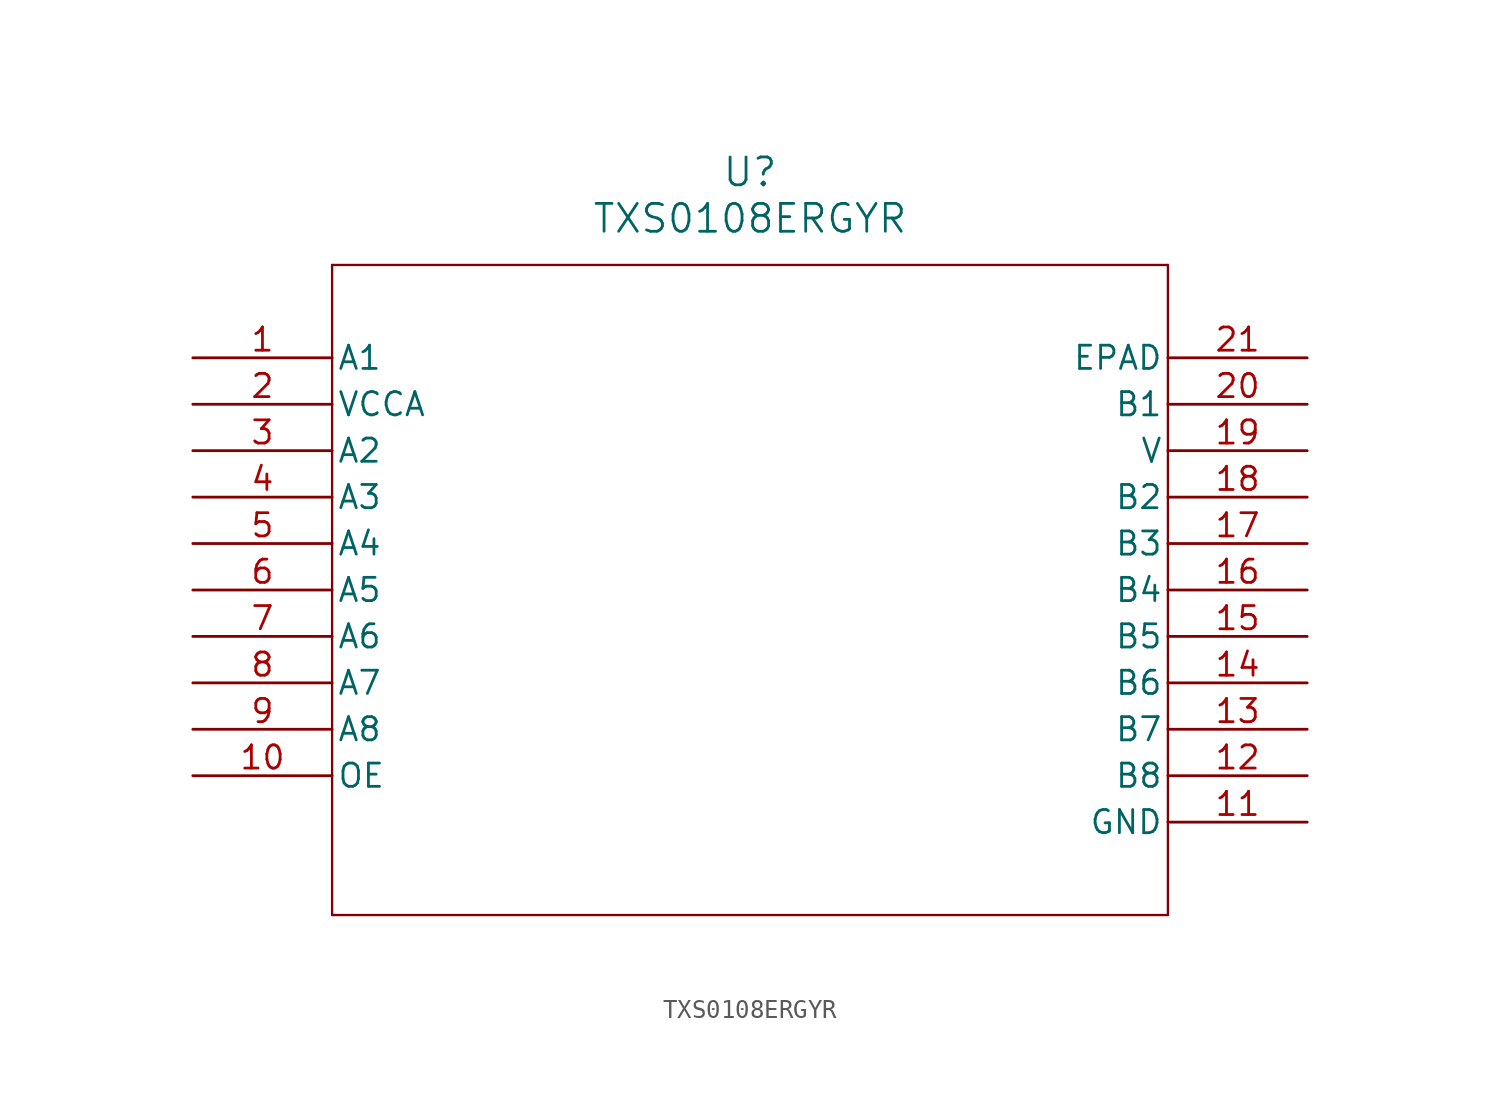
<source format=kicad_sym>
(kicad_symbol_lib
  (version 20211014)
  (generator kicad_symbol_editor)
  (symbol "TXS0108ERGYR"
    (pin_names
      (offset 0.254))
    (property "Reference" "U"
      (at 30.48 10.16 0)
      (effects (font (size 1.524 1.524))))
    (property "Value" "TXS0108ERGYR"
      (at 30.48 7.62 0)
      (effects (font (size 1.524 1.524))))
    (symbol "TXS0108ERGYR_0_1"
      (polyline (pts (xy 7.62 5.08) (xy 7.62 -30.48)) (stroke (width .127) (type default) (color 0 0 0 0)) (fill (type none)))
      (polyline (pts (xy 7.62 -30.48) (xy 53.34 -30.48)) (stroke (width .127) (type default) (color 0 0 0 0)) (fill (type none)))
      (polyline (pts (xy 53.34 -30.48) (xy 53.34 5.08)) (stroke (width .127) (type default) (color 0 0 0 0)) (fill (type none)))
      (polyline (pts (xy 53.34 5.08) (xy 7.62 5.08)) (stroke (width .127) (type default) (color 0 0 0 0)) (fill (type none)))
      (pin bidirectional line (at 0 0 0) (length 7.62) (name "A1" (effects (font (size 1.27 1.27)))) (number "1" (effects (font (size 1.27 1.27)))))
      (pin power_in line (at 0 -2.54 0) (length 7.62) (name "VCCA" (effects (font (size 1.27 1.27)))) (number "2" (effects (font (size 1.27 1.27)))))
      (pin bidirectional line (at 0 -5.08 0) (length 7.62) (name "A2" (effects (font (size 1.27 1.27)))) (number "3" (effects (font (size 1.27 1.27)))))
      (pin bidirectional line (at 0 -7.62 0) (length 7.62) (name "A3" (effects (font (size 1.27 1.27)))) (number "4" (effects (font (size 1.27 1.27)))))
      (pin bidirectional line (at 0 -10.16 0) (length 7.62) (name "A4" (effects (font (size 1.27 1.27)))) (number "5" (effects (font (size 1.27 1.27)))))
      (pin bidirectional line (at 0 -12.7 0) (length 7.62) (name "A5" (effects (font (size 1.27 1.27)))) (number "6" (effects (font (size 1.27 1.27)))))
      (pin bidirectional line (at 0 -15.24 0) (length 7.62) (name "A6" (effects (font (size 1.27 1.27)))) (number "7" (effects (font (size 1.27 1.27)))))
      (pin bidirectional line (at 0 -17.78 0) (length 7.62) (name "A7" (effects (font (size 1.27 1.27)))) (number "8" (effects (font (size 1.27 1.27)))))
      (pin bidirectional line (at 0 -20.32 0) (length 7.62) (name "A8" (effects (font (size 1.27 1.27)))) (number "9" (effects (font (size 1.27 1.27)))))
      (pin output line (at 0 -22.86 0) (length 7.62) (name "OE" (effects (font (size 1.27 1.27)))) (number "10" (effects (font (size 1.27 1.27)))))
      (pin power_in line (at 60.96 -25.4 180) (length 7.62) (name "GND" (effects (font (size 1.27 1.27)))) (number "11" (effects (font (size 1.27 1.27)))))
      (pin bidirectional line (at 60.96 -22.86 180) (length 7.62) (name "B8" (effects (font (size 1.27 1.27)))) (number "12" (effects (font (size 1.27 1.27)))))
      (pin bidirectional line (at 60.96 -20.32 180) (length 7.62) (name "B7" (effects (font (size 1.27 1.27)))) (number "13" (effects (font (size 1.27 1.27)))))
      (pin bidirectional line (at 60.96 -17.78 180) (length 7.62) (name "B6" (effects (font (size 1.27 1.27)))) (number "14" (effects (font (size 1.27 1.27)))))
      (pin bidirectional line (at 60.96 -15.24 180) (length 7.62) (name "B5" (effects (font (size 1.27 1.27)))) (number "15" (effects (font (size 1.27 1.27)))))
      (pin bidirectional line (at 60.96 -12.7 180) (length 7.62) (name "B4" (effects (font (size 1.27 1.27)))) (number "16" (effects (font (size 1.27 1.27)))))
      (pin bidirectional line (at 60.96 -10.16 180) (length 7.62) (name "B3" (effects (font (size 1.27 1.27)))) (number "17" (effects (font (size 1.27 1.27)))))
      (pin bidirectional line (at 60.96 -7.62 180) (length 7.62) (name "B2" (effects (font (size 1.27 1.27)))) (number "18" (effects (font (size 1.27 1.27)))))
      (pin power_in line (at 60.96 -5.08 180) (length 7.62) (name "V" (effects (font (size 1.27 1.27)))) (number "19" (effects (font (size 1.27 1.27)))))
      (pin bidirectional line (at 60.96 -2.54 180) (length 7.62) (name "B1" (effects (font (size 1.27 1.27)))) (number "20" (effects (font (size 1.27 1.27)))))
      (pin unspecified line (at 60.96 0 180) (length 7.62) (name "EPAD" (effects (font (size 1.27 1.27)))) (number "21" (effects (font (size 1.27 1.27))))))))
</source>
